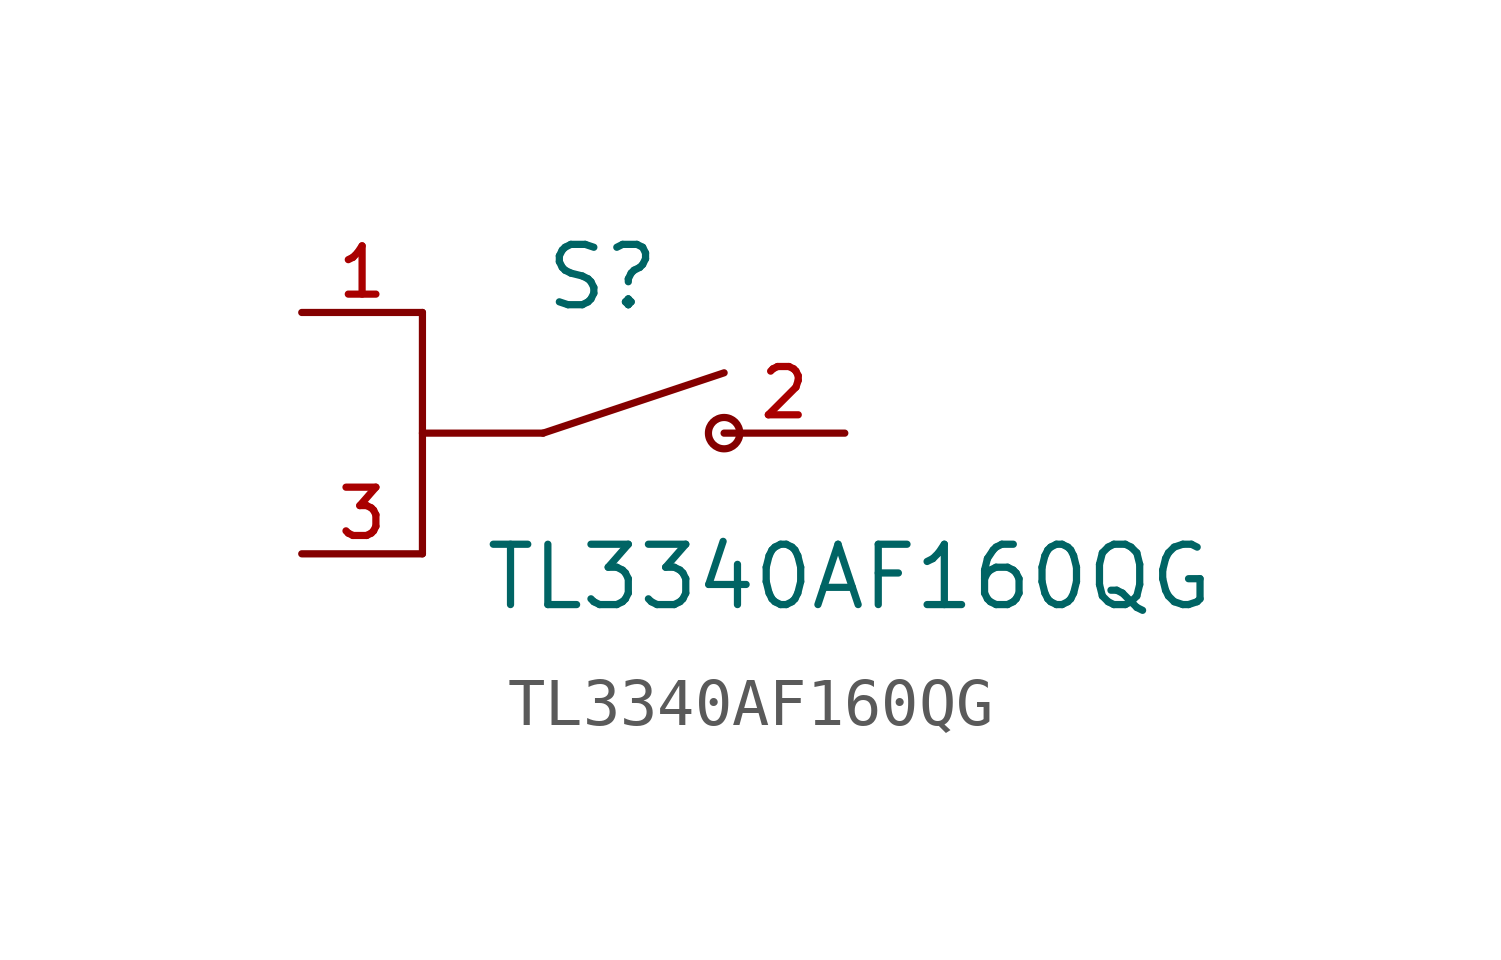
<source format=kicad_sym>
(kicad_symbol_lib
  (version 20231120)
  (generator "kicad_symbol_editor")
  (generator_version "8.0")
  (symbol "TL3340AF160QG"
    (pin_names
      (offset 1.016))
    (property "Reference" "S"
      (at -2.54 2.54 0)
      (effects (font (size 1.27 1.27)) (justify left bottom)))
    (property "Value" "TL3340AF160QG"
      (at -3.81 -2.286 0)
      (effects (font (size 1.27 1.27)) (justify left top)))
    (symbol "TL3340AF160QG_0_0"
      (polyline (pts (xy -5.08 2.54) (xy -5.08 -2.54)) (stroke (width 0.152) (type default)) (fill (type none)))
      (polyline (pts (xy -2.54 0) (xy -5.08 0)) (stroke (width 0.152) (type default)) (fill (type none)))
      (polyline (pts (xy -2.54 0) (xy 1.27 1.27)) (stroke (width 0.152) (type default)) (fill (type none)))
      (circle (center 1.27 0) (radius 0.33) (stroke (width 0.152) (type default)) (fill (type none)))
      (pin passive line (at -7.62 2.54 0) (length 2.54) (name "~" (effects (font (size 1.016 1.016)))) (number "1" (effects (font (size 1.016 1.016)))))
      (pin passive line (at 3.81 0 180) (length 2.54) (name "~" (effects (font (size 1.016 1.016)))) (number "2" (effects (font (size 1.016 1.016)))))
      (pin passive line (at -7.62 -2.54 0) (length 2.54) (name "~" (effects (font (size 1.016 1.016)))) (number "3" (effects (font (size 1.016 1.016))))))))
</source>
